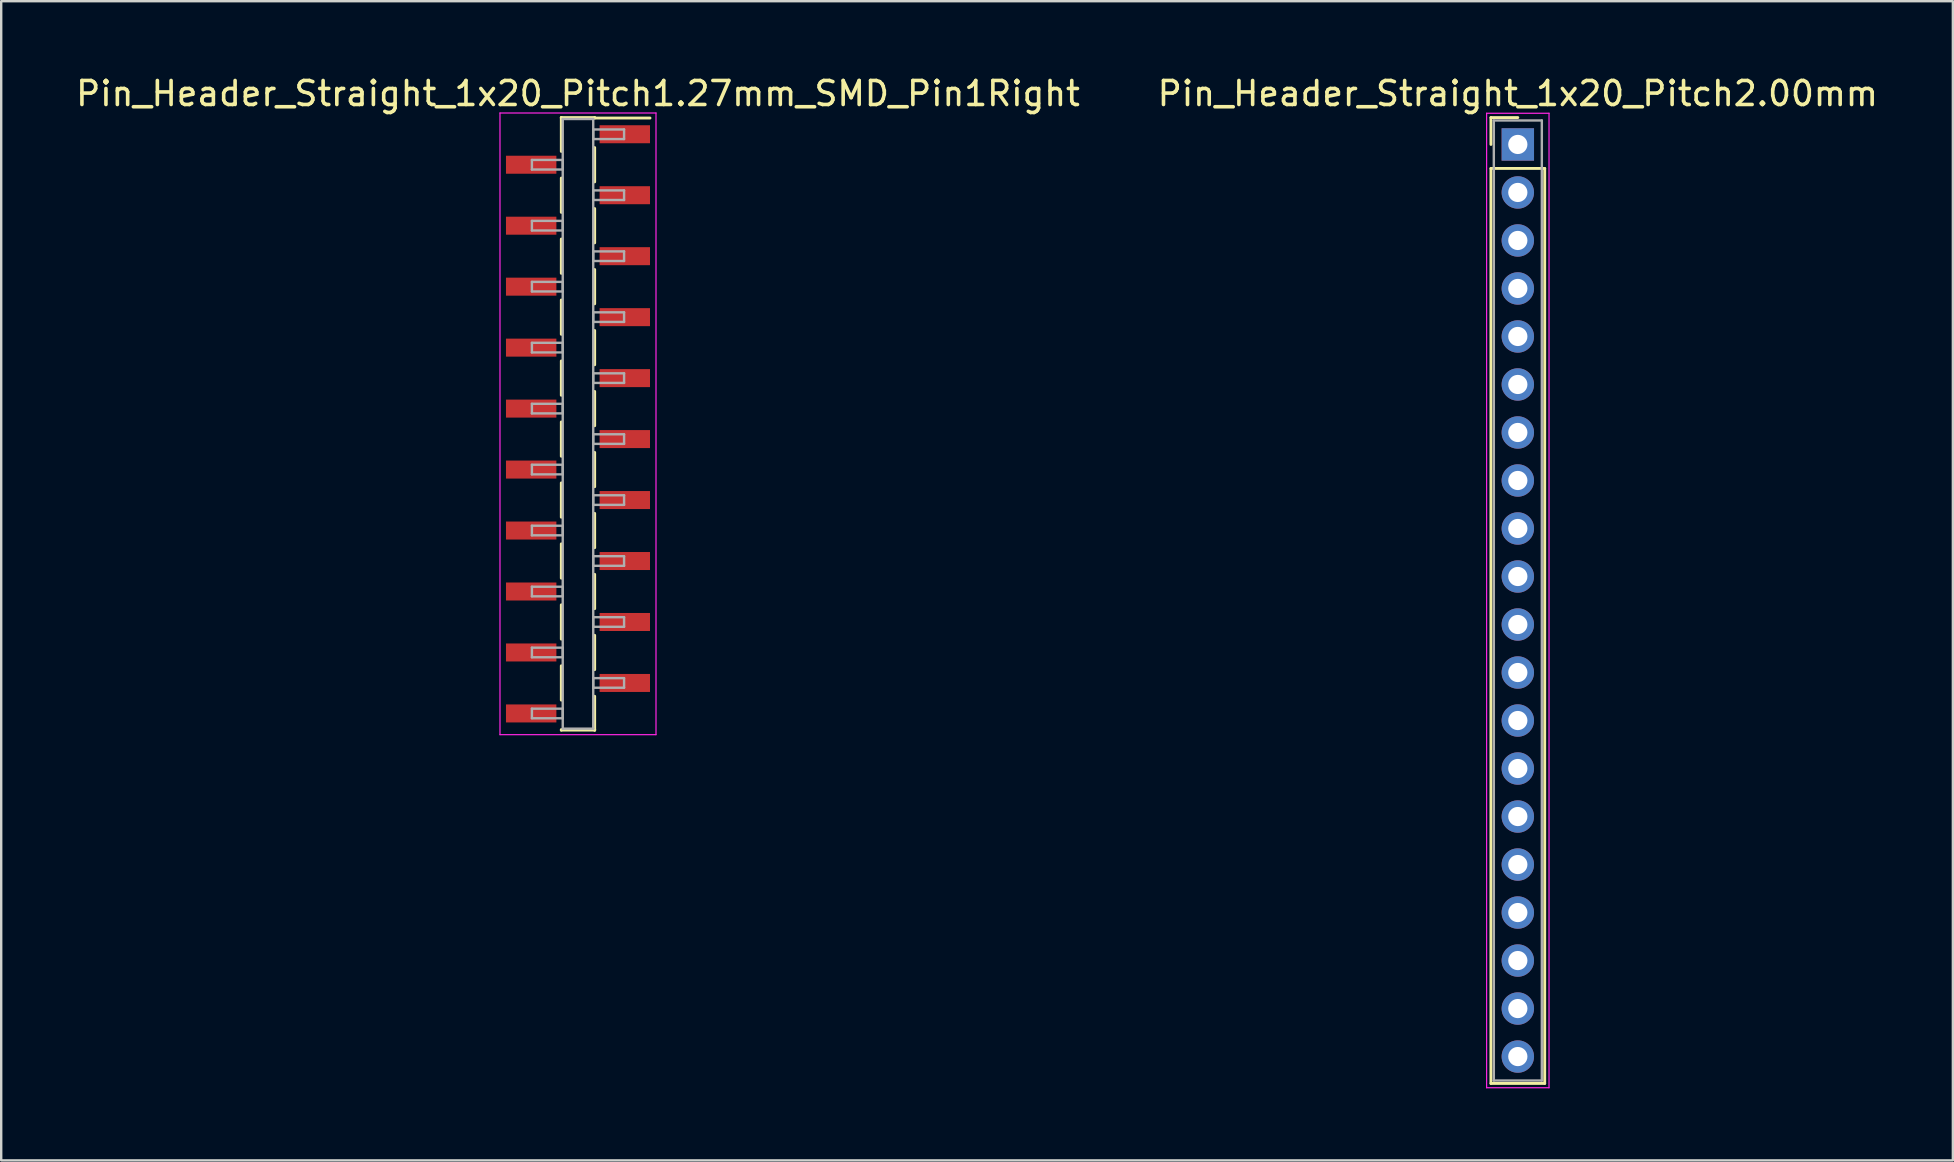
<source format=kicad_pcb>
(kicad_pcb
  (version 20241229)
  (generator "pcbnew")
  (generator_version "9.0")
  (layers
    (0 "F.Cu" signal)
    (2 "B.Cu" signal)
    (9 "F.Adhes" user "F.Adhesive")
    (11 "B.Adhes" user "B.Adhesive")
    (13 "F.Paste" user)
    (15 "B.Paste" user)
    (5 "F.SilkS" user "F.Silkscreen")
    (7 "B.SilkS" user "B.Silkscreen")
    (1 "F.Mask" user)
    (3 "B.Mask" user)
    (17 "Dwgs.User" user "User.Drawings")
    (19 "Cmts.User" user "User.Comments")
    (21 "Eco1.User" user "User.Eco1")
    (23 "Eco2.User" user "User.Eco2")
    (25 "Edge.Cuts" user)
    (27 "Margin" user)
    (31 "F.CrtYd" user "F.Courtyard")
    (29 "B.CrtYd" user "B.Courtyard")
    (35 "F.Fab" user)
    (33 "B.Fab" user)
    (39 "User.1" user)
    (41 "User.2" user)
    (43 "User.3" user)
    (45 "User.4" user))
  (footprint "Pin_Header_Straight_1x20_Pitch2.00mm"
    (layer "F.Cu")
    (at 60.185 2.968)
    (property "Reference" "Pin_Header_Straight_1x20_Pitch2.00mm" (at 0 -2.12 0) (layer "F.SilkS") (effects (font (size 1 1) (thickness 0.15))))
    (attr through_hole)
    (fp_line (start -1.12 -1.12) (end 0 -1.12) (stroke (width 0.12) (type solid)) (layer "F.SilkS"))
    (fp_line (start -1.12 0) (end -1.12 -1.12) (stroke (width 0.12) (type solid)) (layer "F.SilkS"))
    (fp_line (start -1.12 1) (end -1.12 39.12) (stroke (width 0.12) (type solid)) (layer "F.SilkS"))
    (fp_line (start -1.12 39.12) (end 1.12 39.12) (stroke (width 0.12) (type solid)) (layer "F.SilkS"))
    (fp_line (start 1.12 1) (end -1.12 1) (stroke (width 0.12) (type solid)) (layer "F.SilkS"))
    (fp_line (start 1.12 39.12) (end 1.12 1) (stroke (width 0.12) (type solid)) (layer "F.SilkS"))
    (fp_line (start -1.3 -1.3) (end -1.3 39.3) (stroke (width 0.05) (type solid)) (layer "F.CrtYd"))
    (fp_line (start -1.3 39.3) (end 1.3 39.3) (stroke (width 0.05) (type solid)) (layer "F.CrtYd"))
    (fp_line (start 1.3 -1.3) (end -1.3 -1.3) (stroke (width 0.05) (type solid)) (layer "F.CrtYd"))
    (fp_line (start 1.3 39.3) (end 1.3 -1.3) (stroke (width 0.05) (type solid)) (layer "F.CrtYd"))
    (fp_line (start -1 -1) (end -1 39) (stroke (width 0.1) (type solid)) (layer "F.Fab"))
    (fp_line (start -1 39) (end 1 39) (stroke (width 0.1) (type solid)) (layer "F.Fab"))
    (fp_line (start 1 -1) (end -1 -1) (stroke (width 0.1) (type solid)) (layer "F.Fab"))
    (fp_line (start 1 39) (end 1 -1) (stroke (width 0.1) (type solid)) (layer "F.Fab"))
    (pad "1" thru_hole rect (at 0 0) (size 1.35 1.35) (drill 0.8) (layers "*.Cu" "*.Mask"))
    (pad "2" thru_hole oval (at 0 2) (size 1.35 1.35) (drill 0.8) (layers "*.Cu" "*.Mask"))
    (pad "3" thru_hole oval (at 0 4) (size 1.35 1.35) (drill 0.8) (layers "*.Cu" "*.Mask"))
    (pad "4" thru_hole oval (at 0 6) (size 1.35 1.35) (drill 0.8) (layers "*.Cu" "*.Mask"))
    (pad "5" thru_hole oval (at 0 8) (size 1.35 1.35) (drill 0.8) (layers "*.Cu" "*.Mask"))
    (pad "6" thru_hole oval (at 0 10) (size 1.35 1.35) (drill 0.8) (layers "*.Cu" "*.Mask"))
    (pad "7" thru_hole oval (at 0 12) (size 1.35 1.35) (drill 0.8) (layers "*.Cu" "*.Mask"))
    (pad "8" thru_hole oval (at 0 14) (size 1.35 1.35) (drill 0.8) (layers "*.Cu" "*.Mask"))
    (pad "9" thru_hole oval (at 0 16) (size 1.35 1.35) (drill 0.8) (layers "*.Cu" "*.Mask"))
    (pad "10" thru_hole oval (at 0 18) (size 1.35 1.35) (drill 0.8) (layers "*.Cu" "*.Mask"))
    (pad "11" thru_hole oval (at 0 20) (size 1.35 1.35) (drill 0.8) (layers "*.Cu" "*.Mask"))
    (pad "12" thru_hole oval (at 0 22) (size 1.35 1.35) (drill 0.8) (layers "*.Cu" "*.Mask"))
    (pad "13" thru_hole oval (at 0 24) (size 1.35 1.35) (drill 0.8) (layers "*.Cu" "*.Mask"))
    (pad "14" thru_hole oval (at 0 26) (size 1.35 1.35) (drill 0.8) (layers "*.Cu" "*.Mask"))
    (pad "15" thru_hole oval (at 0 28) (size 1.35 1.35) (drill 0.8) (layers "*.Cu" "*.Mask"))
    (pad "16" thru_hole oval (at 0 30) (size 1.35 1.35) (drill 0.8) (layers "*.Cu" "*.Mask"))
    (pad "17" thru_hole oval (at 0 32) (size 1.35 1.35) (drill 0.8) (layers "*.Cu" "*.Mask"))
    (pad "18" thru_hole oval (at 0 34) (size 1.35 1.35) (drill 0.8) (layers "*.Cu" "*.Mask"))
    (pad "19" thru_hole oval (at 0 36) (size 1.35 1.35) (drill 0.8) (layers "*.Cu" "*.Mask"))
    (pad "20" thru_hole oval (at 0 38) (size 1.35 1.35) (drill 0.8) (layers "*.Cu" "*.Mask")))
  (footprint "Pin_Header_Straight_1x20_Pitch1.27mm_SMD_Pin1Right"
    (layer "F.Cu")
    (at 21.03 14.608)
    (property "Reference" "Pin_Header_Straight_1x20_Pitch1.27mm_SMD_Pin1Right" (at 0 -13.76 0) (layer "F.SilkS") (effects (font (size 1 1) (thickness 0.15))))
    (attr smd)
    (fp_line (start -0.695 -12.76) (end -0.695 -11.35) (stroke (width 0.12) (type solid)) (layer "F.SilkS"))
    (fp_line (start -0.695 -12.76) (end 0.695 -12.76) (stroke (width 0.12) (type solid)) (layer "F.SilkS"))
    (fp_line (start -0.695 -12.74) (end -0.695 -12.76) (stroke (width 0.12) (type solid)) (layer "F.SilkS"))
    (fp_line (start -0.695 -10.24) (end -0.695 -8.81) (stroke (width 0.12) (type solid)) (layer "F.SilkS"))
    (fp_line (start -0.695 -7.7) (end -0.695 -6.27) (stroke (width 0.12) (type solid)) (layer "F.SilkS"))
    (fp_line (start -0.695 -5.16) (end -0.695 -3.73) (stroke (width 0.12) (type solid)) (layer "F.SilkS"))
    (fp_line (start -0.695 -2.62) (end -0.695 -1.19) (stroke (width 0.12) (type solid)) (layer "F.SilkS"))
    (fp_line (start -0.695 -0.08) (end -0.695 1.35) (stroke (width 0.12) (type solid)) (layer "F.SilkS"))
    (fp_line (start -0.695 2.46) (end -0.695 3.89) (stroke (width 0.12) (type solid)) (layer "F.SilkS"))
    (fp_line (start -0.695 5) (end -0.695 6.43) (stroke (width 0.12) (type solid)) (layer "F.SilkS"))
    (fp_line (start -0.695 7.54) (end -0.695 8.97) (stroke (width 0.12) (type solid)) (layer "F.SilkS"))
    (fp_line (start -0.695 10.08) (end -0.695 11.51) (stroke (width 0.12) (type solid)) (layer "F.SilkS"))
    (fp_line (start -0.695 12.74) (end -0.695 12.76) (stroke (width 0.12) (type solid)) (layer "F.SilkS"))
    (fp_line (start -0.695 12.76) (end 0.695 12.76) (stroke (width 0.12) (type solid)) (layer "F.SilkS"))
    (fp_line (start 0.695 -12.76) (end 0.695 -12.74) (stroke (width 0.12) (type solid)) (layer "F.SilkS"))
    (fp_line (start 0.695 -12.74) (end 3 -12.74) (stroke (width 0.12) (type solid)) (layer "F.SilkS"))
    (fp_line (start 0.695 -11.51) (end 0.695 -10.08) (stroke (width 0.12) (type solid)) (layer "F.SilkS"))
    (fp_line (start 0.695 -8.97) (end 0.695 -7.54) (stroke (width 0.12) (type solid)) (layer "F.SilkS"))
    (fp_line (start 0.695 -6.43) (end 0.695 -5) (stroke (width 0.12) (type solid)) (layer "F.SilkS"))
    (fp_line (start 0.695 -3.89) (end 0.695 -2.46) (stroke (width 0.12) (type solid)) (layer "F.SilkS"))
    (fp_line (start 0.695 -1.35) (end 0.695 0.08) (stroke (width 0.12) (type solid)) (layer "F.SilkS"))
    (fp_line (start 0.695 1.19) (end 0.695 2.62) (stroke (width 0.12) (type solid)) (layer "F.SilkS"))
    (fp_line (start 0.695 3.73) (end 0.695 5.16) (stroke (width 0.12) (type solid)) (layer "F.SilkS"))
    (fp_line (start 0.695 6.27) (end 0.695 7.7) (stroke (width 0.12) (type solid)) (layer "F.SilkS"))
    (fp_line (start 0.695 8.81) (end 0.695 10.24) (stroke (width 0.12) (type solid)) (layer "F.SilkS"))
    (fp_line (start 0.695 11.35) (end 0.695 12.76) (stroke (width 0.12) (type solid)) (layer "F.SilkS"))
    (fp_line (start 0.695 12.76) (end 0.695 12.74) (stroke (width 0.12) (type solid)) (layer "F.SilkS"))
    (fp_line (start -3.25 -12.95) (end -3.25 12.95) (stroke (width 0.05) (type solid)) (layer "F.CrtYd"))
    (fp_line (start -3.25 12.95) (end 3.25 12.95) (stroke (width 0.05) (type solid)) (layer "F.CrtYd"))
    (fp_line (start 3.25 -12.95) (end -3.25 -12.95) (stroke (width 0.05) (type solid)) (layer "F.CrtYd"))
    (fp_line (start 3.25 12.95) (end 3.25 -12.95) (stroke (width 0.05) (type solid)) (layer "F.CrtYd"))
    (fp_line (start -1.92 -10.995) (end -0.635 -10.995) (stroke (width 0.1) (type solid)) (layer "F.Fab"))
    (fp_line (start -1.92 -10.595) (end -1.92 -10.995) (stroke (width 0.1) (type solid)) (layer "F.Fab"))
    (fp_line (start -1.92 -8.455) (end -0.635 -8.455) (stroke (width 0.1) (type solid)) (layer "F.Fab"))
    (fp_line (start -1.92 -8.055) (end -1.92 -8.455) (stroke (width 0.1) (type solid)) (layer "F.Fab"))
    (fp_line (start -1.92 -5.915) (end -0.635 -5.915) (stroke (width 0.1) (type solid)) (layer "F.Fab"))
    (fp_line (start -1.92 -5.515) (end -1.92 -5.915) (stroke (width 0.1) (type solid)) (layer "F.Fab"))
    (fp_line (start -1.92 -3.375) (end -0.635 -3.375) (stroke (width 0.1) (type solid)) (layer "F.Fab"))
    (fp_line (start -1.92 -2.975) (end -1.92 -3.375) (stroke (width 0.1) (type solid)) (layer "F.Fab"))
    (fp_line (start -1.92 -0.835) (end -0.635 -0.835) (stroke (width 0.1) (type solid)) (layer "F.Fab"))
    (fp_line (start -1.92 -0.435) (end -1.92 -0.835) (stroke (width 0.1) (type solid)) (layer "F.Fab"))
    (fp_line (start -1.92 1.705) (end -0.635 1.705) (stroke (width 0.1) (type solid)) (layer "F.Fab"))
    (fp_line (start -1.92 2.105) (end -1.92 1.705) (stroke (width 0.1) (type solid)) (layer "F.Fab"))
    (fp_line (start -1.92 4.245) (end -0.635 4.245) (stroke (width 0.1) (type solid)) (layer "F.Fab"))
    (fp_line (start -1.92 4.645) (end -1.92 4.245) (stroke (width 0.1) (type solid)) (layer "F.Fab"))
    (fp_line (start -1.92 6.785) (end -0.635 6.785) (stroke (width 0.1) (type solid)) (layer "F.Fab"))
    (fp_line (start -1.92 7.185) (end -1.92 6.785) (stroke (width 0.1) (type solid)) (layer "F.Fab"))
    (fp_line (start -1.92 9.325) (end -0.635 9.325) (stroke (width 0.1) (type solid)) (layer "F.Fab"))
    (fp_line (start -1.92 9.725) (end -1.92 9.325) (stroke (width 0.1) (type solid)) (layer "F.Fab"))
    (fp_line (start -1.92 11.865) (end -0.635 11.865) (stroke (width 0.1) (type solid)) (layer "F.Fab"))
    (fp_line (start -1.92 12.265) (end -1.92 11.865) (stroke (width 0.1) (type solid)) (layer "F.Fab"))
    (fp_line (start -0.635 -12.7) (end -0.635 12.7) (stroke (width 0.1) (type solid)) (layer "F.Fab"))
    (fp_line (start -0.635 -10.995) (end -0.635 -10.595) (stroke (width 0.1) (type solid)) (layer "F.Fab"))
    (fp_line (start -0.635 -10.595) (end -1.92 -10.595) (stroke (width 0.1) (type solid)) (layer "F.Fab"))
    (fp_line (start -0.635 -8.455) (end -0.635 -8.055) (stroke (width 0.1) (type solid)) (layer "F.Fab"))
    (fp_line (start -0.635 -8.055) (end -1.92 -8.055) (stroke (width 0.1) (type solid)) (layer "F.Fab"))
    (fp_line (start -0.635 -5.915) (end -0.635 -5.515) (stroke (width 0.1) (type solid)) (layer "F.Fab"))
    (fp_line (start -0.635 -5.515) (end -1.92 -5.515) (stroke (width 0.1) (type solid)) (layer "F.Fab"))
    (fp_line (start -0.635 -3.375) (end -0.635 -2.975) (stroke (width 0.1) (type solid)) (layer "F.Fab"))
    (fp_line (start -0.635 -2.975) (end -1.92 -2.975) (stroke (width 0.1) (type solid)) (layer "F.Fab"))
    (fp_line (start -0.635 -0.835) (end -0.635 -0.435) (stroke (width 0.1) (type solid)) (layer "F.Fab"))
    (fp_line (start -0.635 -0.435) (end -1.92 -0.435) (stroke (width 0.1) (type solid)) (layer "F.Fab"))
    (fp_line (start -0.635 1.705) (end -0.635 2.105) (stroke (width 0.1) (type solid)) (layer "F.Fab"))
    (fp_line (start -0.635 2.105) (end -1.92 2.105) (stroke (width 0.1) (type solid)) (layer "F.Fab"))
    (fp_line (start -0.635 4.245) (end -0.635 4.645) (stroke (width 0.1) (type solid)) (layer "F.Fab"))
    (fp_line (start -0.635 4.645) (end -1.92 4.645) (stroke (width 0.1) (type solid)) (layer "F.Fab"))
    (fp_line (start -0.635 6.785) (end -0.635 7.185) (stroke (width 0.1) (type solid)) (layer "F.Fab"))
    (fp_line (start -0.635 7.185) (end -1.92 7.185) (stroke (width 0.1) (type solid)) (layer "F.Fab"))
    (fp_line (start -0.635 9.325) (end -0.635 9.725) (stroke (width 0.1) (type solid)) (layer "F.Fab"))
    (fp_line (start -0.635 9.725) (end -1.92 9.725) (stroke (width 0.1) (type solid)) (layer "F.Fab"))
    (fp_line (start -0.635 11.865) (end -0.635 12.265) (stroke (width 0.1) (type solid)) (layer "F.Fab"))
    (fp_line (start -0.635 12.265) (end -1.92 12.265) (stroke (width 0.1) (type solid)) (layer "F.Fab"))
    (fp_line (start -0.635 12.7) (end 0.635 12.7) (stroke (width 0.1) (type solid)) (layer "F.Fab"))
    (fp_line (start 0.635 -12.7) (end -0.635 -12.7) (stroke (width 0.1) (type solid)) (layer "F.Fab"))
    (fp_line (start 0.635 -12.265) (end 0.635 -11.865) (stroke (width 0.1) (type solid)) (layer "F.Fab"))
    (fp_line (start 0.635 -11.865) (end 1.92 -11.865) (stroke (width 0.1) (type solid)) (layer "F.Fab"))
    (fp_line (start 0.635 -9.725) (end 0.635 -9.325) (stroke (width 0.1) (type solid)) (layer "F.Fab"))
    (fp_line (start 0.635 -9.325) (end 1.92 -9.325) (stroke (width 0.1) (type solid)) (layer "F.Fab"))
    (fp_line (start 0.635 -7.185) (end 0.635 -6.785) (stroke (width 0.1) (type solid)) (layer "F.Fab"))
    (fp_line (start 0.635 -6.785) (end 1.92 -6.785) (stroke (width 0.1) (type solid)) (layer "F.Fab"))
    (fp_line (start 0.635 -4.645) (end 0.635 -4.245) (stroke (width 0.1) (type solid)) (layer "F.Fab"))
    (fp_line (start 0.635 -4.245) (end 1.92 -4.245) (stroke (width 0.1) (type solid)) (layer "F.Fab"))
    (fp_line (start 0.635 -2.105) (end 0.635 -1.705) (stroke (width 0.1) (type solid)) (layer "F.Fab"))
    (fp_line (start 0.635 -1.705) (end 1.92 -1.705) (stroke (width 0.1) (type solid)) (layer "F.Fab"))
    (fp_line (start 0.635 0.435) (end 0.635 0.835) (stroke (width 0.1) (type solid)) (layer "F.Fab"))
    (fp_line (start 0.635 0.835) (end 1.92 0.835) (stroke (width 0.1) (type solid)) (layer "F.Fab"))
    (fp_line (start 0.635 2.975) (end 0.635 3.375) (stroke (width 0.1) (type solid)) (layer "F.Fab"))
    (fp_line (start 0.635 3.375) (end 1.92 3.375) (stroke (width 0.1) (type solid)) (layer "F.Fab"))
    (fp_line (start 0.635 5.515) (end 0.635 5.915) (stroke (width 0.1) (type solid)) (layer "F.Fab"))
    (fp_line (start 0.635 5.915) (end 1.92 5.915) (stroke (width 0.1) (type solid)) (layer "F.Fab"))
    (fp_line (start 0.635 8.055) (end 0.635 8.455) (stroke (width 0.1) (type solid)) (layer "F.Fab"))
    (fp_line (start 0.635 8.455) (end 1.92 8.455) (stroke (width 0.1) (type solid)) (layer "F.Fab"))
    (fp_line (start 0.635 10.595) (end 0.635 10.995) (stroke (width 0.1) (type solid)) (layer "F.Fab"))
    (fp_line (start 0.635 10.995) (end 1.92 10.995) (stroke (width 0.1) (type solid)) (layer "F.Fab"))
    (fp_line (start 0.635 12.7) (end 0.635 -12.7) (stroke (width 0.1) (type solid)) (layer "F.Fab"))
    (fp_line (start 1.92 -12.265) (end 0.635 -12.265) (stroke (width 0.1) (type solid)) (layer "F.Fab"))
    (fp_line (start 1.92 -11.865) (end 1.92 -12.265) (stroke (width 0.1) (type solid)) (layer "F.Fab"))
    (fp_line (start 1.92 -9.725) (end 0.635 -9.725) (stroke (width 0.1) (type solid)) (layer "F.Fab"))
    (fp_line (start 1.92 -9.325) (end 1.92 -9.725) (stroke (width 0.1) (type solid)) (layer "F.Fab"))
    (fp_line (start 1.92 -7.185) (end 0.635 -7.185) (stroke (width 0.1) (type solid)) (layer "F.Fab"))
    (fp_line (start 1.92 -6.785) (end 1.92 -7.185) (stroke (width 0.1) (type solid)) (layer "F.Fab"))
    (fp_line (start 1.92 -4.645) (end 0.635 -4.645) (stroke (width 0.1) (type solid)) (layer "F.Fab"))
    (fp_line (start 1.92 -4.245) (end 1.92 -4.645) (stroke (width 0.1) (type solid)) (layer "F.Fab"))
    (fp_line (start 1.92 -2.105) (end 0.635 -2.105) (stroke (width 0.1) (type solid)) (layer "F.Fab"))
    (fp_line (start 1.92 -1.705) (end 1.92 -2.105) (stroke (width 0.1) (type solid)) (layer "F.Fab"))
    (fp_line (start 1.92 0.435) (end 0.635 0.435) (stroke (width 0.1) (type solid)) (layer "F.Fab"))
    (fp_line (start 1.92 0.835) (end 1.92 0.435) (stroke (width 0.1) (type solid)) (layer "F.Fab"))
    (fp_line (start 1.92 2.975) (end 0.635 2.975) (stroke (width 0.1) (type solid)) (layer "F.Fab"))
    (fp_line (start 1.92 3.375) (end 1.92 2.975) (stroke (width 0.1) (type solid)) (layer "F.Fab"))
    (fp_line (start 1.92 5.515) (end 0.635 5.515) (stroke (width 0.1) (type solid)) (layer "F.Fab"))
    (fp_line (start 1.92 5.915) (end 1.92 5.515) (stroke (width 0.1) (type solid)) (layer "F.Fab"))
    (fp_line (start 1.92 8.055) (end 0.635 8.055) (stroke (width 0.1) (type solid)) (layer "F.Fab"))
    (fp_line (start 1.92 8.455) (end 1.92 8.055) (stroke (width 0.1) (type solid)) (layer "F.Fab"))
    (fp_line (start 1.92 10.595) (end 0.635 10.595) (stroke (width 0.1) (type solid)) (layer "F.Fab"))
    (fp_line (start 1.92 10.995) (end 1.92 10.595) (stroke (width 0.1) (type solid)) (layer "F.Fab"))
    (pad "1" smd rect (at 1.95 -12.065) (size 2.1 0.75) (layers "F.Cu" "F.Mask"))
    (pad "2" smd rect (at -1.95 -10.795) (size 2.1 0.75) (layers "F.Cu" "F.Mask"))
    (pad "3" smd rect (at 1.95 -9.525) (size 2.1 0.75) (layers "F.Cu" "F.Mask"))
    (pad "4" smd rect (at -1.95 -8.255) (size 2.1 0.75) (layers "F.Cu" "F.Mask"))
    (pad "5" smd rect (at 1.95 -6.985) (size 2.1 0.75) (layers "F.Cu" "F.Mask"))
    (pad "6" smd rect (at -1.95 -5.715) (size 2.1 0.75) (layers "F.Cu" "F.Mask"))
    (pad "7" smd rect (at 1.95 -4.445) (size 2.1 0.75) (layers "F.Cu" "F.Mask"))
    (pad "8" smd rect (at -1.95 -3.175) (size 2.1 0.75) (layers "F.Cu" "F.Mask"))
    (pad "9" smd rect (at 1.95 -1.905) (size 2.1 0.75) (layers "F.Cu" "F.Mask"))
    (pad "10" smd rect (at -1.95 -0.635) (size 2.1 0.75) (layers "F.Cu" "F.Mask"))
    (pad "11" smd rect (at 1.95 0.635) (size 2.1 0.75) (layers "F.Cu" "F.Mask"))
    (pad "12" smd rect (at -1.95 1.905) (size 2.1 0.75) (layers "F.Cu" "F.Mask"))
    (pad "13" smd rect (at 1.95 3.175) (size 2.1 0.75) (layers "F.Cu" "F.Mask"))
    (pad "14" smd rect (at -1.95 4.445) (size 2.1 0.75) (layers "F.Cu" "F.Mask"))
    (pad "15" smd rect (at 1.95 5.715) (size 2.1 0.75) (layers "F.Cu" "F.Mask"))
    (pad "16" smd rect (at -1.95 6.985) (size 2.1 0.75) (layers "F.Cu" "F.Mask"))
    (pad "17" smd rect (at 1.95 8.255) (size 2.1 0.75) (layers "F.Cu" "F.Mask"))
    (pad "18" smd rect (at -1.95 9.525) (size 2.1 0.75) (layers "F.Cu" "F.Mask"))
    (pad "19" smd rect (at 1.95 10.795) (size 2.1 0.75) (layers "F.Cu" "F.Mask"))
    (pad "20" smd rect (at -1.95 12.065) (size 2.1 0.75) (layers "F.Cu" "F.Mask")))
  (gr_rect
    (start -3 -3)
    (end 78.31 45.293)
    (stroke (width 0.1) (type default))
    (fill no)
    (layer "Edge.Cuts")))
</source>
